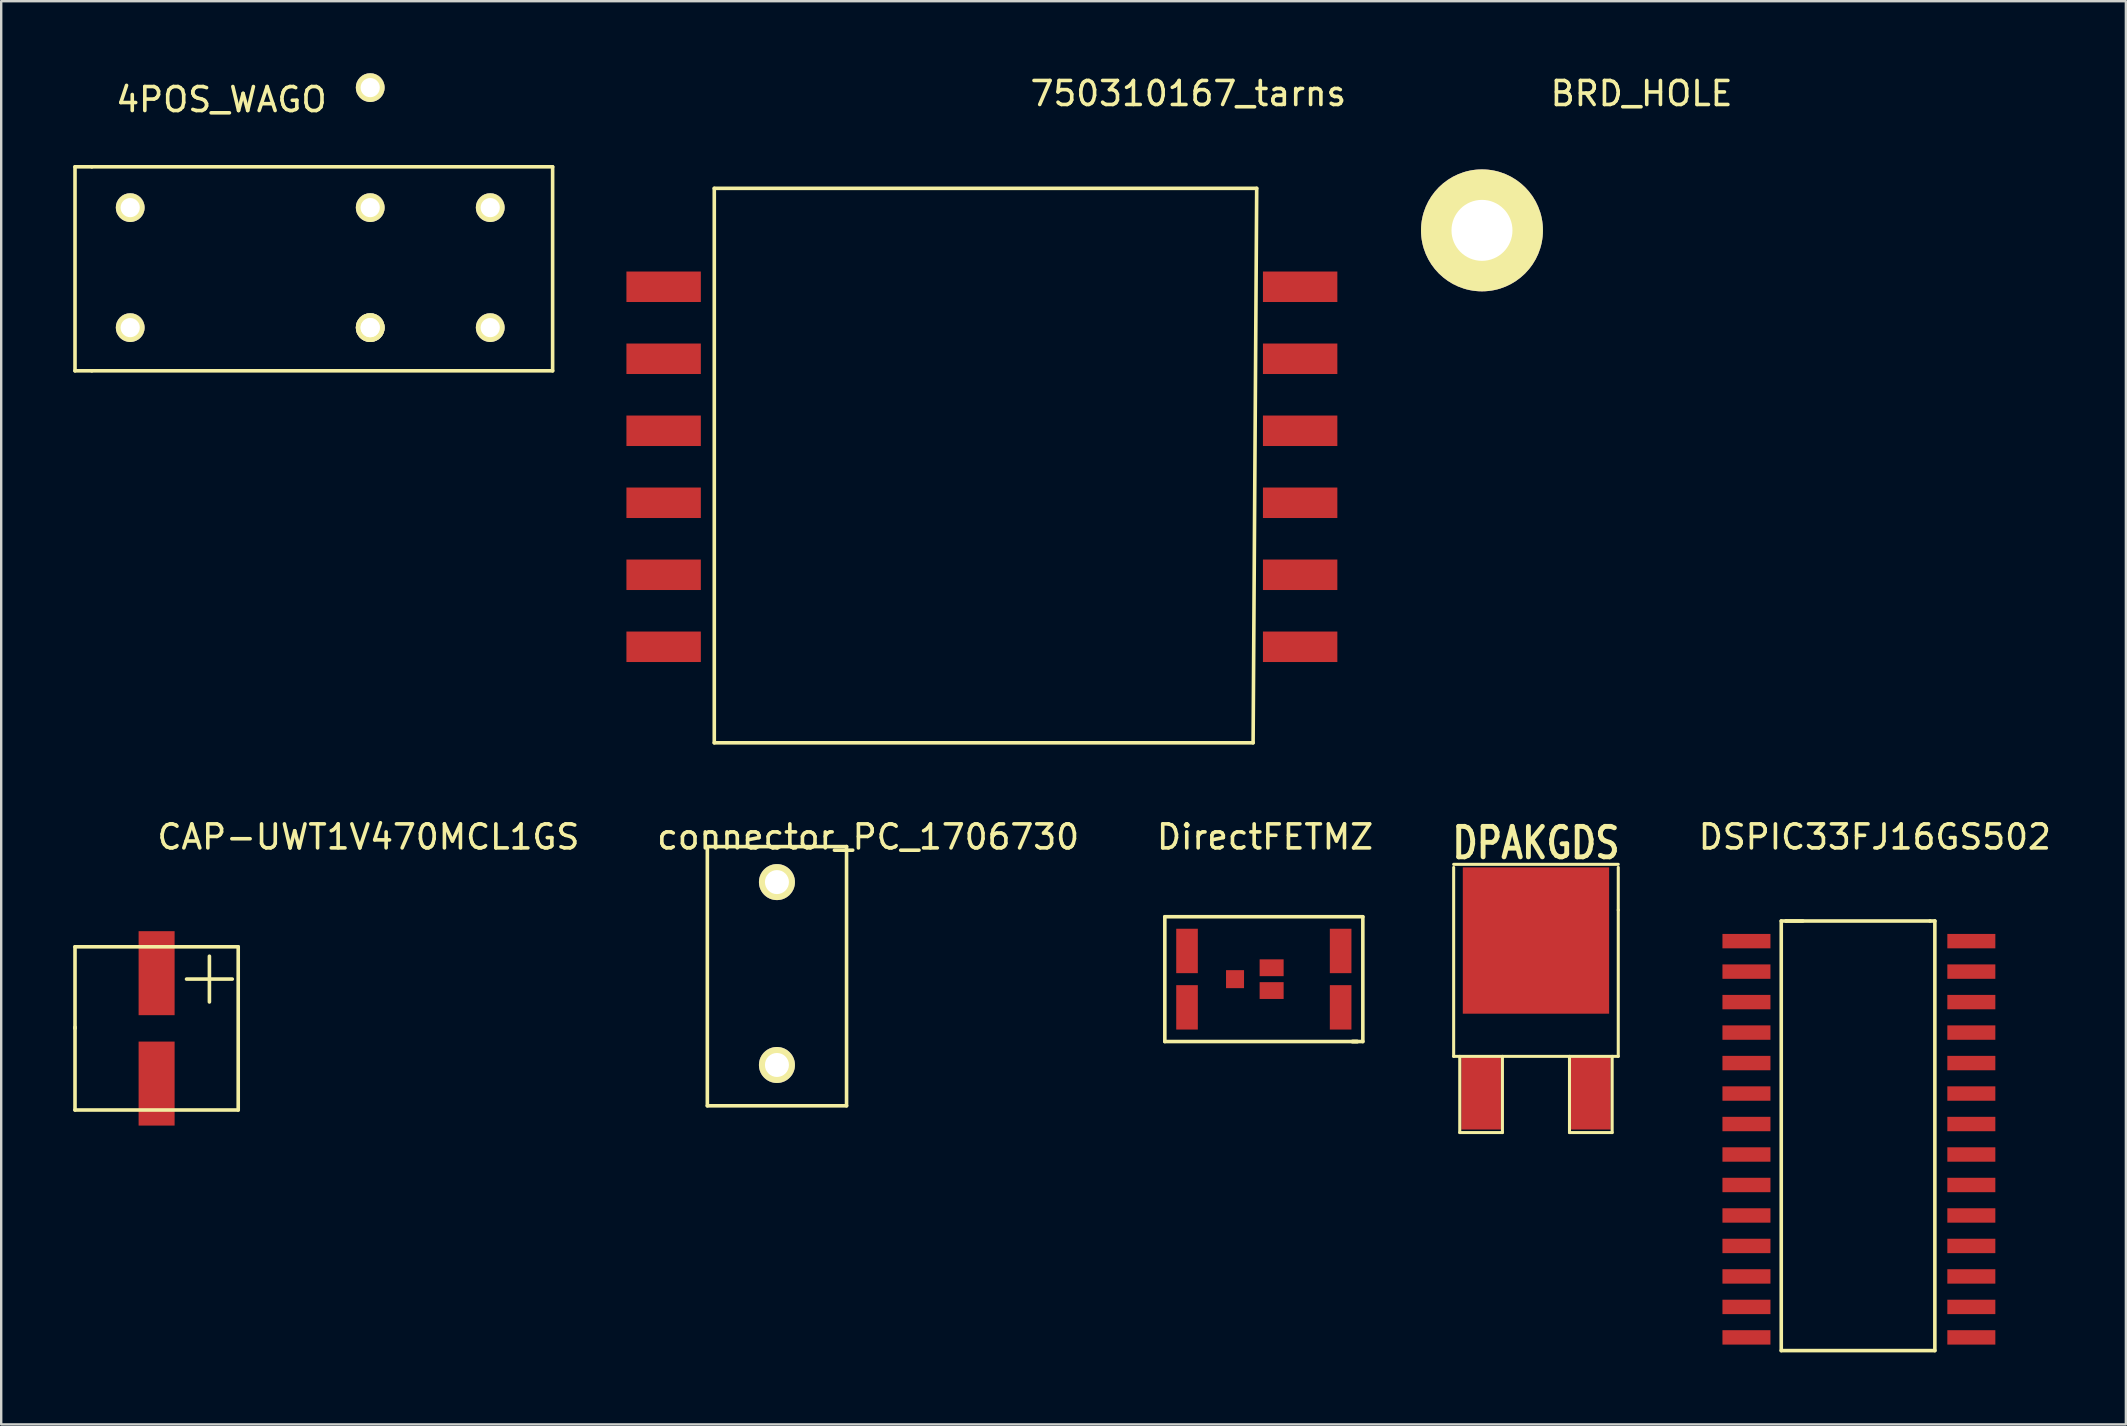
<source format=kicad_pcb>
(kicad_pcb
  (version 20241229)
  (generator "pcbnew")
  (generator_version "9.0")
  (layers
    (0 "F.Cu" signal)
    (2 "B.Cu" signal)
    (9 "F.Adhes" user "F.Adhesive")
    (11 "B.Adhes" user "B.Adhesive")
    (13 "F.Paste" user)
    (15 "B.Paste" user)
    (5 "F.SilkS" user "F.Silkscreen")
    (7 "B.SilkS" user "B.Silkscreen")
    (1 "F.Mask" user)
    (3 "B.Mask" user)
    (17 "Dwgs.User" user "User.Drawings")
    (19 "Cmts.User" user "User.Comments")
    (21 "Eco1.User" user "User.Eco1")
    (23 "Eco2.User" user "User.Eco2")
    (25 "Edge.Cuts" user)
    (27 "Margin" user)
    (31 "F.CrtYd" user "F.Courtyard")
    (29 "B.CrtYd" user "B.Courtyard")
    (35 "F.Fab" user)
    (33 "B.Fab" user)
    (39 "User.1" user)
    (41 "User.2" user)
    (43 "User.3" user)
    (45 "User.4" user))
  (footprint "connector_PC_1706730"
    (layer "F.Cu")
    (at 29.321 41.322)
    (property "Reference" "connector_PC_1706730" (at 3.8 -9.5 0) (layer "F.SilkS") (effects (font (size 1 1) (thickness 0.15))))
    (attr through_hole)
    (fp_line (start -2.9 -9.1) (end -2.5 -9.1) (stroke (width 0.15) (type solid)) (layer "F.SilkS"))
    (fp_line (start -2.9 1.7) (end -2.9 -9.1) (stroke (width 0.15) (type solid)) (layer "F.SilkS"))
    (fp_line (start -2.6 -9.1) (end 2.9 -9.1) (stroke (width 0.15) (type solid)) (layer "F.SilkS"))
    (fp_line (start 2.9 -9.1) (end 2.9 1.7) (stroke (width 0.15) (type solid)) (layer "F.SilkS"))
    (fp_line (start 2.9 1.7) (end -2.9 1.7) (stroke (width 0.15) (type solid)) (layer "F.SilkS"))
    (pad "1" thru_hole circle (at 0 0) (size 1.5 1.5) (drill 1) (layers "*.Cu" "*.Mask" "F.SilkS"))
    (pad "2" thru_hole circle (at 0 -7.62) (size 1.5 1.5) (drill 1) (layers "*.Cu" "*.Mask" "F.SilkS")))
  (footprint "BRD_HOLE"
    (layer "F.Cu")
    (at 58.696 6.548)
    (property "Reference" "BRD_HOLE" (at 6.65 -5.7 0) (layer "F.SilkS") (effects (font (size 1 1) (thickness 0.15))))
    (attr through_hole)
    (pad "1" thru_hole circle (at 0 0) (size 5.08 5.08) (drill 2.54) (layers "*.Cu" "*.Mask" "F.SilkS")))
  (footprint "CAP-UWT1V470MCL1GS"
    (layer "F.Cu")
    (at 3.475 39.797)
    (property "Reference" "CAP-UWT1V470MCL1GS" (at 8.825 -7.975 0) (layer "F.SilkS") (effects (font (size 1 1) (thickness 0.15))))
    (attr through_hole)
    (fp_line (start -3.4 -3.4) (end 3.4 -3.4) (stroke (width 0.15) (type solid)) (layer "F.SilkS"))
    (fp_line (start -3.4 0) (end -3.4 -3.4) (stroke (width 0.15) (type solid)) (layer "F.SilkS"))
    (fp_line (start -3.4 3.4) (end -3.4 -0.05) (stroke (width 0.15) (type solid)) (layer "F.SilkS"))
    (fp_line (start 3.4 -3.4) (end 3.4 3.4) (stroke (width 0.15) (type solid)) (layer "F.SilkS"))
    (fp_line (start 3.4 3.4) (end -3.4 3.4) (stroke (width 0.15) (type solid)) (layer "F.SilkS"))
    (fp_text user "+" (at 2.2 -2.25 0) (layer "F.SilkS") (effects (font (size 2.5 2.5) (thickness 0.15))))
    (pad "1" smd rect (at 0 -2.3) (size 1.5 3.5) (layers "F.Cu" "F.Mask" "F.Paste"))
    (pad "2" smd rect (at 0 2.3) (size 1.5 3.5) (layers "F.Cu" "F.Mask" "F.Paste")))
  (footprint "DirectFETMZ"
    (layer "F.Cu")
    (at 48.407 37.746)
    (property "Reference" "DirectFETMZ" (at 1.25 -5.925 0) (layer "F.SilkS") (effects (font (size 1 1) (thickness 0.15))))
    (attr through_hole)
    (fp_line (start -2.925 -2.6) (end 5.325 -2.6) (stroke (width 0.15) (type solid)) (layer "F.SilkS"))
    (fp_line (start -2.925 2.6) (end -2.925 -2.6) (stroke (width 0.15) (type solid)) (layer "F.SilkS"))
    (fp_line (start 4.875 2.6) (end 5.325 2.6) (stroke (width 0.15) (type solid)) (layer "F.SilkS"))
    (fp_line (start 4.9 2.6) (end 5.1 2.6) (stroke (width 0.15) (type solid)) (layer "F.SilkS"))
    (fp_line (start 5.1 2.6) (end -2.925 2.6) (stroke (width 0.15) (type solid)) (layer "F.SilkS"))
    (fp_line (start 5.325 2.6) (end 5.325 -2.6) (stroke (width 0.15) (type solid)) (layer "F.SilkS"))
    (pad "1" smd rect (at 0 0) (size 0.75 0.75) (layers "F.Cu" "F.Mask" "F.Paste"))
    (pad "2" smd rect (at -2 -1.175) (size 0.9 1.85) (layers "F.Cu" "F.Mask" "F.Paste"))
    (pad "2" smd rect (at -2 1.175) (size 0.9 1.85) (layers "F.Cu" "F.Mask" "F.Paste"))
    (pad "2" smd rect (at 4.4 -1.175) (size 0.9 1.85) (layers "F.Cu" "F.Mask" "F.Paste"))
    (pad "2" smd rect (at 4.4 1.175) (size 0.9 1.85) (layers "F.Cu" "F.Mask" "F.Paste"))
    (pad "3" smd rect (at 1.525 -0.475) (size 1 0.7) (layers "F.Cu" "F.Mask" "F.Paste"))
    (pad "3" smd rect (at 1.525 0.475) (size 1 0.7) (layers "F.Cu" "F.Mask" "F.Paste")))
  (footprint "DPAKGDS"
    (layer "F.Cu")
    (at 60.945 42.487)
    (property "Reference" "DPAKGDS" (at 0 -10.414 0) (layer "F.SilkS") (effects (font (size 1.27 1.016) (thickness 0.203))))
    (attr smd)
    (fp_line (start -3.429 -9.525) (end 3.429 -9.525) (stroke (width 0.127) (type solid)) (layer "F.SilkS"))
    (fp_line (start -3.429 -1.524) (end -3.429 -9.398) (stroke (width 0.127) (type solid)) (layer "F.SilkS"))
    (fp_line (start -3.175 -1.524) (end -3.175 1.651) (stroke (width 0.127) (type solid)) (layer "F.SilkS"))
    (fp_line (start -3.175 1.651) (end -1.397 1.651) (stroke (width 0.127) (type solid)) (layer "F.SilkS"))
    (fp_line (start -1.397 1.651) (end -1.397 -1.524) (stroke (width 0.127) (type solid)) (layer "F.SilkS"))
    (fp_line (start 1.397 -1.524) (end 1.397 1.651) (stroke (width 0.127) (type solid)) (layer "F.SilkS"))
    (fp_line (start 1.397 1.651) (end 3.175 1.651) (stroke (width 0.127) (type solid)) (layer "F.SilkS"))
    (fp_line (start 3.175 1.651) (end 3.175 -1.524) (stroke (width 0.127) (type solid)) (layer "F.SilkS"))
    (fp_line (start 3.429 -9.398) (end 3.429 -7.62) (stroke (width 0.127) (type solid)) (layer "F.SilkS"))
    (fp_line (start 3.429 -7.62) (end 3.429 -1.524) (stroke (width 0.127) (type solid)) (layer "F.SilkS"))
    (fp_line (start 3.429 -1.524) (end -3.429 -1.524) (stroke (width 0.127) (type solid)) (layer "F.SilkS"))
    (pad "D" smd rect (at 0 -6.35) (size 6.096 6.096) (layers "F.Cu" "F.Mask" "F.Paste"))
    (pad "G" smd rect (at -2.286 0) (size 1.651 3.048) (layers "F.Cu" "F.Mask" "F.Paste"))
    (pad "S" smd rect (at 2.286 0) (size 1.651 3.048) (layers "F.Cu" "F.Mask" "F.Paste")))
  (footprint "750310167_tarns"
    (layer "F.Cu")
    (at 37.86 16.398)
    (property "Reference" "750310167_tarns" (at 8.6 -15.55 0) (layer "F.SilkS") (effects (font (size 1 1) (thickness 0.15))))
    (attr through_hole)
    (fp_line (start -11.15 -11.6) (end -11.15 11.5) (stroke (width 0.15) (type solid)) (layer "F.SilkS"))
    (fp_line (start -11.15 11.5) (end 11.3 11.5) (stroke (width 0.15) (type solid)) (layer "F.SilkS"))
    (fp_line (start 11.3 11.5) (end 11.45 -11.6) (stroke (width 0.15) (type solid)) (layer "F.SilkS"))
    (fp_line (start 11.45 -11.6) (end -11.15 -11.6) (stroke (width 0.15) (type solid)) (layer "F.SilkS"))
    (pad "1" smd rect (at 13.26 -7.5) (size 3.1 1.27) (layers "F.Cu" "F.Mask" "F.Paste"))
    (pad "2" smd rect (at 13.26 -4.5) (size 3.1 1.27) (layers "F.Cu" "F.Mask" "F.Paste"))
    (pad "3" smd rect (at 13.26 -1.5) (size 3.1 1.27) (layers "F.Cu" "F.Mask" "F.Paste"))
    (pad "4" smd rect (at 13.26 1.5) (size 3.1 1.27) (layers "F.Cu" "F.Mask" "F.Paste"))
    (pad "5" smd rect (at 13.26 4.5) (size 3.1 1.27) (layers "F.Cu" "F.Mask" "F.Paste"))
    (pad "6" smd rect (at 13.26 7.5) (size 3.1 1.27) (layers "F.Cu" "F.Mask" "F.Paste"))
    (pad "7" smd rect (at -13.26 7.5) (size 3.1 1.27) (layers "F.Cu" "F.Mask" "F.Paste"))
    (pad "8" smd rect (at -13.26 4.5) (size 3.1 1.27) (layers "F.Cu" "F.Mask" "F.Paste"))
    (pad "9" smd rect (at -13.26 1.5) (size 3.1 1.27) (layers "F.Cu" "F.Mask" "F.Paste"))
    (pad "10" smd rect (at -13.26 -1.5) (size 3.1 1.27) (layers "F.Cu" "F.Mask" "F.Paste"))
    (pad "11" smd rect (at -13.26 -4.5) (size 3.1 1.27) (layers "F.Cu" "F.Mask" "F.Paste"))
    (pad "12" smd rect (at -13.26 -7.5) (size 3.1 1.27) (layers "F.Cu" "F.Mask" "F.Paste")))
  (footprint "DSPIC33FJ16GS502"
    (layer "F.Cu")
    (at 75.065 46.322)
    (property "Reference" "DSPIC33FJ16GS502" (at 0 -14.5 0) (layer "F.SilkS") (effects (font (size 1 1) (thickness 0.15))))
    (attr through_hole)
    (fp_line (start -3.9 -11) (end -3.7 -11) (stroke (width 0.15) (type solid)) (layer "F.SilkS"))
    (fp_line (start -3.9 6.9) (end -3.9 -11) (stroke (width 0.15) (type solid)) (layer "F.SilkS"))
    (fp_line (start -3.7 -11) (end -3 -11) (stroke (width 0.15) (type solid)) (layer "F.SilkS"))
    (fp_line (start -3.7 -11) (end 2.3 -11) (stroke (width 0.15) (type solid)) (layer "F.SilkS"))
    (fp_line (start 2.3 -11) (end 2.5 -11) (stroke (width 0.15) (type solid)) (layer "F.SilkS"))
    (fp_line (start 2.5 -11) (end 2.5 6.9) (stroke (width 0.15) (type solid)) (layer "F.SilkS"))
    (fp_line (start 2.5 6.9) (end -3.9 6.9) (stroke (width 0.15) (type solid)) (layer "F.SilkS"))
    (pad "1" smd rect (at -5.35 -10.16 270) (size 0.6 2) (layers "F.Cu" "F.Mask" "F.Paste"))
    (pad "2" smd rect (at -5.35 -8.89 270) (size 0.6 2) (layers "F.Cu" "F.Mask" "F.Paste"))
    (pad "3" smd rect (at -5.35 -7.62 270) (size 0.6 2) (layers "F.Cu" "F.Mask" "F.Paste"))
    (pad "4" smd rect (at -5.35 -6.35 270) (size 0.6 2) (layers "F.Cu" "F.Mask" "F.Paste"))
    (pad "5" smd rect (at -5.35 -5.08 270) (size 0.6 2) (layers "F.Cu" "F.Mask" "F.Paste"))
    (pad "6" smd rect (at -5.35 -3.81 270) (size 0.6 2) (layers "F.Cu" "F.Mask" "F.Paste"))
    (pad "7" smd rect (at -5.35 -2.54 270) (size 0.6 2) (layers "F.Cu" "F.Mask" "F.Paste"))
    (pad "8" smd rect (at -5.35 -1.27 270) (size 0.6 2) (layers "F.Cu" "F.Mask" "F.Paste"))
    (pad "9" smd rect (at -5.35 0 270) (size 0.6 2) (layers "F.Cu" "F.Mask" "F.Paste"))
    (pad "10" smd rect (at -5.35 1.27 270) (size 0.6 2) (layers "F.Cu" "F.Mask" "F.Paste"))
    (pad "11" smd rect (at -5.35 2.54 270) (size 0.6 2) (layers "F.Cu" "F.Mask" "F.Paste"))
    (pad "12" smd rect (at -5.35 3.81 270) (size 0.6 2) (layers "F.Cu" "F.Mask" "F.Paste"))
    (pad "13" smd rect (at -5.35 5.08 270) (size 0.6 2) (layers "F.Cu" "F.Mask" "F.Paste"))
    (pad "14" smd rect (at -5.35 6.35 270) (size 0.6 2) (layers "F.Cu" "F.Mask" "F.Paste"))
    (pad "15" smd rect (at 4.02 6.35 90) (size 0.6 2) (layers "F.Cu" "F.Mask" "F.Paste"))
    (pad "16" smd rect (at 4.02 5.08 90) (size 0.6 2) (layers "F.Cu" "F.Mask" "F.Paste"))
    (pad "17" smd rect (at 4.02 3.81 90) (size 0.6 2) (layers "F.Cu" "F.Mask" "F.Paste"))
    (pad "18" smd rect (at 4.02 2.54 90) (size 0.6 2) (layers "F.Cu" "F.Mask" "F.Paste"))
    (pad "19" smd rect (at 4.02 1.27 90) (size 0.6 2) (layers "F.Cu" "F.Mask" "F.Paste"))
    (pad "20" smd rect (at 4.02 0 90) (size 0.6 2) (layers "F.Cu" "F.Mask" "F.Paste"))
    (pad "21" smd rect (at 4.02 -1.27 90) (size 0.6 2) (layers "F.Cu" "F.Mask" "F.Paste"))
    (pad "22" smd rect (at 4.02 -2.54 90) (size 0.6 2) (layers "F.Cu" "F.Mask" "F.Paste"))
    (pad "23" smd rect (at 4.02 -3.81 90) (size 0.6 2) (layers "F.Cu" "F.Mask" "F.Paste"))
    (pad "24" smd rect (at 4.02 -5.08 90) (size 0.6 2) (layers "F.Cu" "F.Mask" "F.Paste"))
    (pad "25" smd rect (at 4.02 -6.35 90) (size 0.6 2) (layers "F.Cu" "F.Mask" "F.Paste"))
    (pad "26" smd rect (at 4.02 -7.62 90) (size 0.6 2) (layers "F.Cu" "F.Mask" "F.Paste"))
    (pad "27" smd rect (at 4.02 -8.89 90) (size 0.6 2) (layers "F.Cu" "F.Mask" "F.Paste"))
    (pad "28" smd rect (at 4.02 -10.16 90) (size 0.6 2) (layers "F.Cu" "F.Mask" "F.Paste")))
  (footprint "4POS_WAGO"
    (layer "F.Cu")
    (at 2.375 10.6)
    (property "Reference" "4POS_WAGO" (at 3.8 -9.5 0) (layer "F.SilkS") (effects (font (size 1 1) (thickness 0.15))))
    (attr through_hole)
    (fp_line (start -2.3 -6.7) (end -2.3 1.8) (stroke (width 0.15) (type solid)) (layer "F.SilkS"))
    (fp_line (start -2.3 -6.7) (end -1.6 -6.7) (stroke (width 0.15) (type solid)) (layer "F.SilkS"))
    (fp_line (start -2.3 1.8) (end -1.6 1.8) (stroke (width 0.15) (type solid)) (layer "F.SilkS"))
    (fp_line (start -1.6 1.8) (end 17.6 1.8) (stroke (width 0.15) (type solid)) (layer "F.SilkS"))
    (fp_line (start 17.6 -6.7) (end -1.6 -6.7) (stroke (width 0.15) (type solid)) (layer "F.SilkS"))
    (fp_line (start 17.6 1.8) (end 17.6 -6.7) (stroke (width 0.15) (type solid)) (layer "F.SilkS"))
    (pad "1" thru_hole circle (at 0 -5) (size 1.2 1.2) (drill 0.8) (layers "*.Cu" "*.Mask" "F.SilkS"))
    (pad "1" thru_hole circle (at 0 0) (size 1.2 1.2) (drill 0.8) (layers "*.Cu" "*.Mask" "F.SilkS"))
    (pad "2" thru_hole circle (at 10 -10) (size 1.2 1.2) (drill 0.8) (layers "*.Cu" "*.Mask" "F.SilkS"))
    (pad "2" thru_hole circle (at 10 0) (size 1.2 1.2) (drill 0.8) (layers "*.Cu" "*.Mask" "F.SilkS"))
    (pad "3" thru_hole circle (at 10 -5) (size 1.2 1.2) (drill 0.8) (layers "*.Cu" "*.Mask" "F.SilkS"))
    (pad "3" thru_hole circle (at 10 0) (size 1.2 1.2) (drill 0.8) (layers "*.Cu" "*.Mask" "F.SilkS"))
    (pad "4" thru_hole circle (at 15 -5) (size 1.2 1.2) (drill 0.8) (layers "*.Cu" "*.Mask" "F.SilkS"))
    (pad "4" thru_hole circle (at 15 0) (size 1.2 1.2) (drill 0.8) (layers "*.Cu" "*.Mask" "F.SilkS")))
  (gr_rect
    (start -3 -3)
    (end 85.524 56.297)
    (stroke (width 0.1) (type default))
    (fill no)
    (layer "Edge.Cuts")))
</source>
